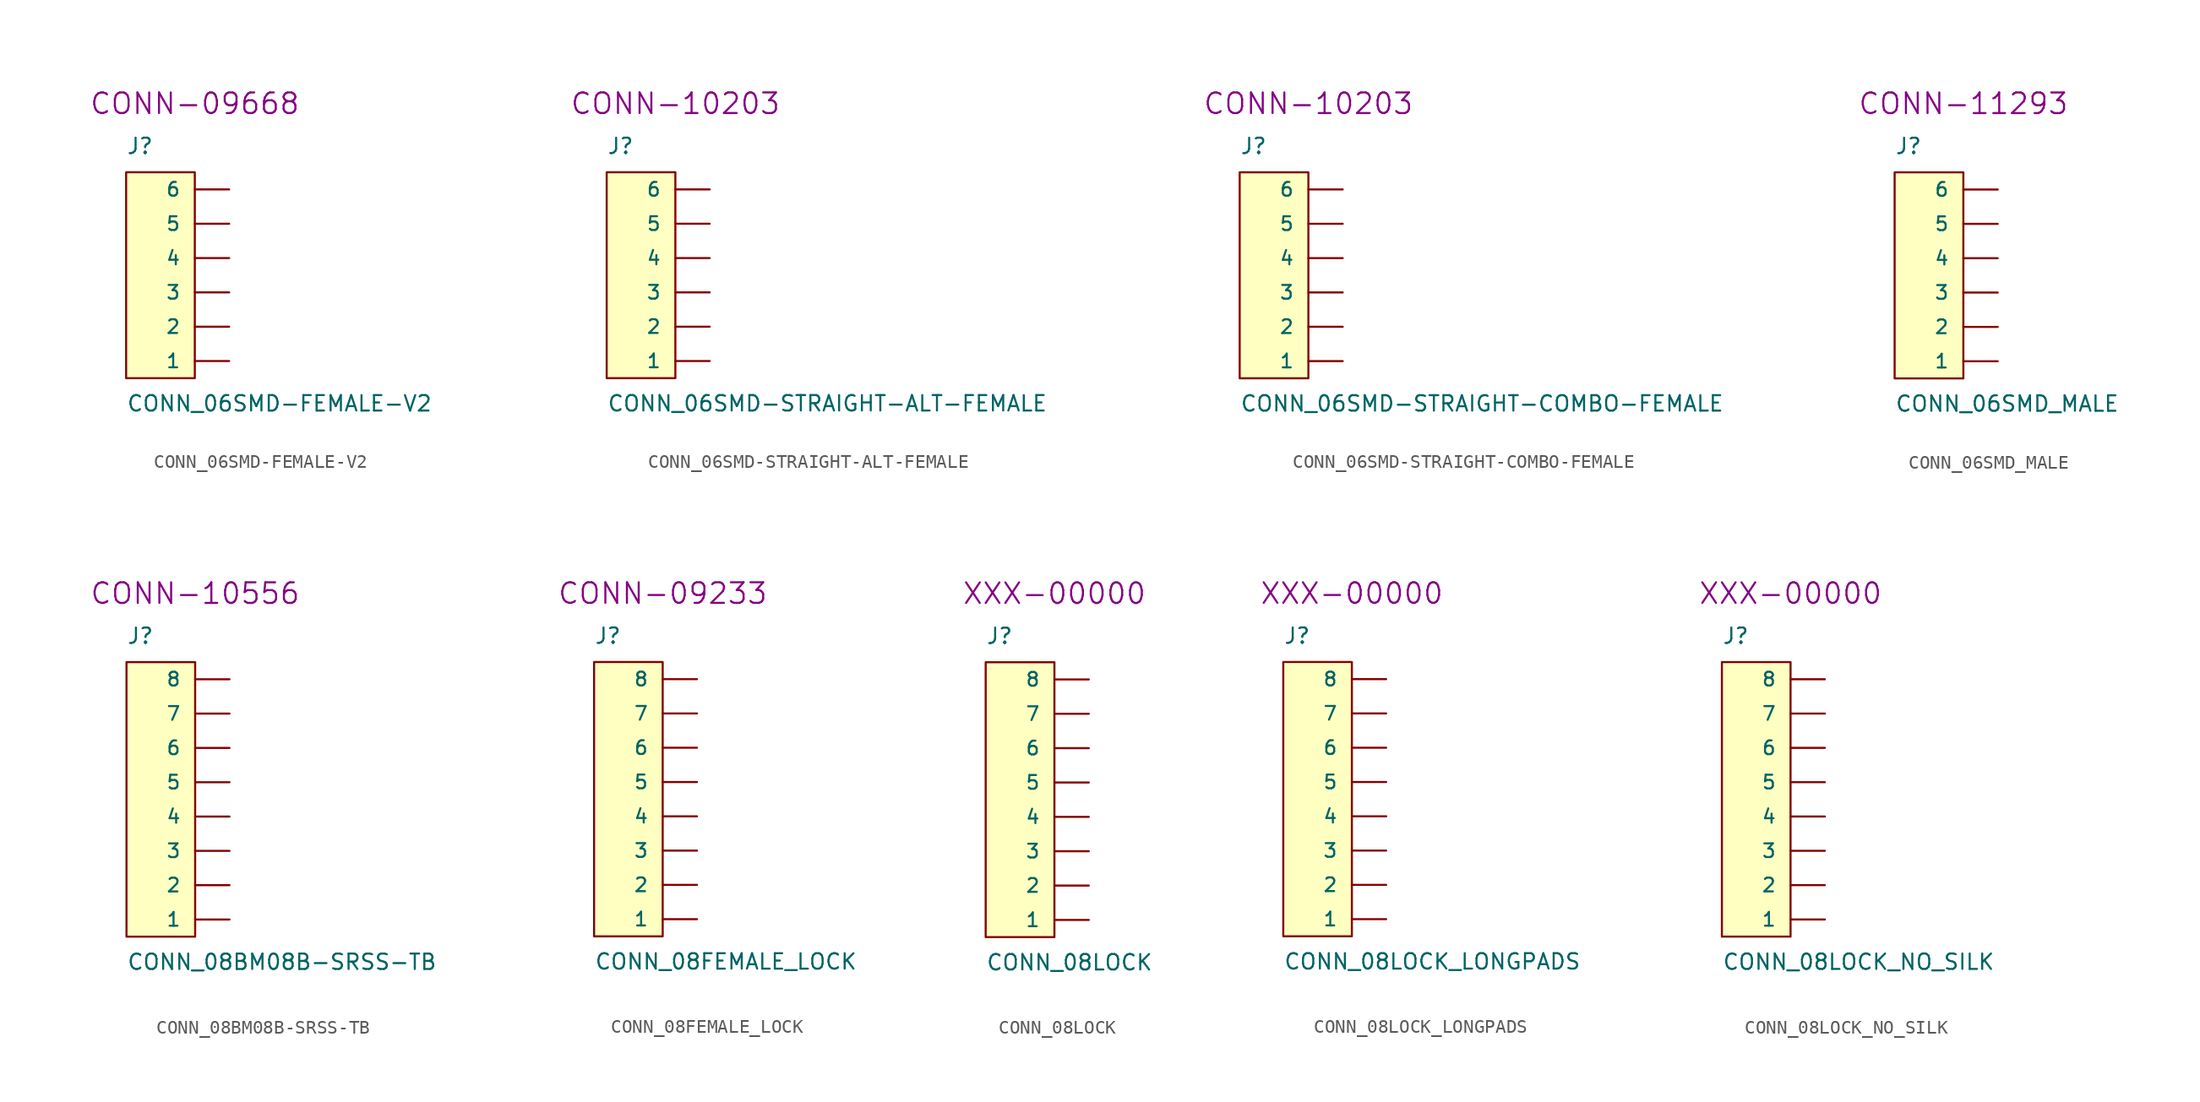
<source format=kicad_sym>
(kicad_symbol_lib
  (version 20220914)
  (generator kicad_symbol_editor)
  (symbol "CONN_06SMD-FEMALE-V2"
    (pin_numbers hide)
    (pin_names
      (offset 1.016))
    (property "Reference" "J"
      (at -5.08 15.24 0)
      (effects (font (size 1.143 1.143)) (justify left bottom)))
    (property "Value" "CONN_06SMD-FEMALE-V2"
      (at -5.08 -3.81 0)
      (effects (font (size 1.143 1.143)) (justify left bottom)))
    (property "Field4" "CONN-09668"
      (at 0 19.05 0)
      (effects (font (size 1.524 1.524))))
    (property "ki_locked" ""
      (at 0 0 0)
      (effects (font (size 1.27 1.27))))
    (symbol "CONN_06SMD-FEMALE-V2_0_1"
      (rectangle (start 0 -1.27) (end -5.08 13.97) (stroke (width 0) (type solid)) (fill (type background))))
    (symbol "CONN_06SMD-FEMALE-V2_1_1"
      (pin passive line (at 2.54 0 180) (length 2.54) (name "1" (effects (font (size 1.016 1.016)))) (number "1" (effects (font (size 1.016 1.016)))))
      (pin passive line (at 2.54 2.54 180) (length 2.54) (name "2" (effects (font (size 1.016 1.016)))) (number "2" (effects (font (size 1.016 1.016)))))
      (pin passive line (at 2.54 5.08 180) (length 2.54) (name "3" (effects (font (size 1.016 1.016)))) (number "3" (effects (font (size 1.016 1.016)))))
      (pin passive line (at 2.54 7.62 180) (length 2.54) (name "4" (effects (font (size 1.016 1.016)))) (number "4" (effects (font (size 1.016 1.016)))))
      (pin passive line (at 2.54 10.16 180) (length 2.54) (name "5" (effects (font (size 1.016 1.016)))) (number "5" (effects (font (size 1.016 1.016)))))
      (pin passive line (at 2.54 12.7 180) (length 2.54) (name "6" (effects (font (size 1.016 1.016)))) (number "6" (effects (font (size 1.016 1.016)))))))
  (symbol "CONN_06SMD-STRAIGHT-ALT-FEMALE"
    (pin_numbers hide)
    (pin_names
      (offset 1.016))
    (property "Reference" "J"
      (at -5.08 15.24 0)
      (effects (font (size 1.143 1.143)) (justify left bottom)))
    (property "Value" "CONN_06SMD-STRAIGHT-ALT-FEMALE"
      (at -5.08 -3.81 0)
      (effects (font (size 1.143 1.143)) (justify left bottom)))
    (property "Field4" "CONN-10203"
      (at 0 19.05 0)
      (effects (font (size 1.524 1.524))))
    (property "ki_locked" ""
      (at 0 0 0)
      (effects (font (size 1.27 1.27))))
    (symbol "CONN_06SMD-STRAIGHT-ALT-FEMALE_0_1"
      (rectangle (start 0 -1.27) (end -5.08 13.97) (stroke (width 0) (type solid)) (fill (type background))))
    (symbol "CONN_06SMD-STRAIGHT-ALT-FEMALE_1_1"
      (pin passive line (at 2.54 0 180) (length 2.54) (name "1" (effects (font (size 1.016 1.016)))) (number "1" (effects (font (size 1.016 1.016)))))
      (pin passive line (at 2.54 2.54 180) (length 2.54) (name "2" (effects (font (size 1.016 1.016)))) (number "2" (effects (font (size 1.016 1.016)))))
      (pin passive line (at 2.54 5.08 180) (length 2.54) (name "3" (effects (font (size 1.016 1.016)))) (number "3" (effects (font (size 1.016 1.016)))))
      (pin passive line (at 2.54 7.62 180) (length 2.54) (name "4" (effects (font (size 1.016 1.016)))) (number "4" (effects (font (size 1.016 1.016)))))
      (pin passive line (at 2.54 10.16 180) (length 2.54) (name "5" (effects (font (size 1.016 1.016)))) (number "5" (effects (font (size 1.016 1.016)))))
      (pin passive line (at 2.54 12.7 180) (length 2.54) (name "6" (effects (font (size 1.016 1.016)))) (number "6" (effects (font (size 1.016 1.016)))))))
  (symbol "CONN_06SMD-STRAIGHT-COMBO-FEMALE"
    (pin_numbers hide)
    (pin_names
      (offset 1.016))
    (property "Reference" "J"
      (at -5.08 15.24 0)
      (effects (font (size 1.143 1.143)) (justify left bottom)))
    (property "Value" "CONN_06SMD-STRAIGHT-COMBO-FEMALE"
      (at -5.08 -3.81 0)
      (effects (font (size 1.143 1.143)) (justify left bottom)))
    (property "Field4" "CONN-10203"
      (at 0 19.05 0)
      (effects (font (size 1.524 1.524))))
    (property "ki_locked" ""
      (at 0 0 0)
      (effects (font (size 1.27 1.27))))
    (symbol "CONN_06SMD-STRAIGHT-COMBO-FEMALE_0_1"
      (rectangle (start 0 -1.27) (end -5.08 13.97) (stroke (width 0) (type solid)) (fill (type background))))
    (symbol "CONN_06SMD-STRAIGHT-COMBO-FEMALE_1_1"
      (pin passive line (at 2.54 0 180) (length 2.54) (name "1" (effects (font (size 1.016 1.016)))) (number "1" (effects (font (size 1.016 1.016)))))
      (pin passive line (at 2.54 2.54 180) (length 2.54) (name "2" (effects (font (size 1.016 1.016)))) (number "2" (effects (font (size 1.016 1.016)))))
      (pin passive line (at 2.54 5.08 180) (length 2.54) (name "3" (effects (font (size 1.016 1.016)))) (number "3" (effects (font (size 1.016 1.016)))))
      (pin passive line (at 2.54 7.62 180) (length 2.54) (name "4" (effects (font (size 1.016 1.016)))) (number "4" (effects (font (size 1.016 1.016)))))
      (pin passive line (at 2.54 10.16 180) (length 2.54) (name "5" (effects (font (size 1.016 1.016)))) (number "5" (effects (font (size 1.016 1.016)))))
      (pin passive line (at 2.54 12.7 180) (length 2.54) (name "6" (effects (font (size 1.016 1.016)))) (number "6" (effects (font (size 1.016 1.016)))))))
  (symbol "CONN_06SMD_MALE"
    (pin_numbers hide)
    (pin_names
      (offset 1.016))
    (property "Reference" "J"
      (at -5.08 15.24 0)
      (effects (font (size 1.143 1.143)) (justify left bottom)))
    (property "Value" "CONN_06SMD_MALE"
      (at -5.08 -3.81 0)
      (effects (font (size 1.143 1.143)) (justify left bottom)))
    (property "Field4" "CONN-11293"
      (at 0 19.05 0)
      (effects (font (size 1.524 1.524))))
    (property "ki_locked" ""
      (at 0 0 0)
      (effects (font (size 1.27 1.27))))
    (symbol "CONN_06SMD_MALE_0_1"
      (rectangle (start 0 -1.27) (end -5.08 13.97) (stroke (width 0) (type solid)) (fill (type background))))
    (symbol "CONN_06SMD_MALE_1_1"
      (pin passive line (at 2.54 0 180) (length 2.54) (name "1" (effects (font (size 1.016 1.016)))) (number "1" (effects (font (size 1.016 1.016)))))
      (pin passive line (at 2.54 2.54 180) (length 2.54) (name "2" (effects (font (size 1.016 1.016)))) (number "2" (effects (font (size 1.016 1.016)))))
      (pin passive line (at 2.54 5.08 180) (length 2.54) (name "3" (effects (font (size 1.016 1.016)))) (number "3" (effects (font (size 1.016 1.016)))))
      (pin passive line (at 2.54 7.62 180) (length 2.54) (name "4" (effects (font (size 1.016 1.016)))) (number "4" (effects (font (size 1.016 1.016)))))
      (pin passive line (at 2.54 10.16 180) (length 2.54) (name "5" (effects (font (size 1.016 1.016)))) (number "5" (effects (font (size 1.016 1.016)))))
      (pin passive line (at 2.54 12.7 180) (length 2.54) (name "6" (effects (font (size 1.016 1.016)))) (number "6" (effects (font (size 1.016 1.016)))))))
  (symbol "CONN_08BM08B-SRSS-TB"
    (pin_numbers hide)
    (pin_names
      (offset 1.016))
    (property "Reference" "J"
      (at -5.08 20.32 0)
      (effects (font (size 1.143 1.143)) (justify left bottom)))
    (property "Value" "CONN_08BM08B-SRSS-TB"
      (at -5.08 -3.81 0)
      (effects (font (size 1.143 1.143)) (justify left bottom)))
    (property "Field4" "CONN-10556"
      (at 0 24.13 0)
      (effects (font (size 1.524 1.524))))
    (property "ki_locked" ""
      (at 0 0 0)
      (effects (font (size 1.27 1.27))))
    (symbol "CONN_08BM08B-SRSS-TB_0_1"
      (rectangle (start 0 -1.27) (end -5.08 19.05) (stroke (width 0) (type solid)) (fill (type background))))
    (symbol "CONN_08BM08B-SRSS-TB_1_1"
      (pin passive line (at 2.54 0 180) (length 2.54) (name "1" (effects (font (size 1.016 1.016)))) (number "1" (effects (font (size 1.016 1.016)))))
      (pin passive line (at 2.54 2.54 180) (length 2.54) (name "2" (effects (font (size 1.016 1.016)))) (number "2" (effects (font (size 1.016 1.016)))))
      (pin passive line (at 2.54 5.08 180) (length 2.54) (name "3" (effects (font (size 1.016 1.016)))) (number "3" (effects (font (size 1.016 1.016)))))
      (pin passive line (at 2.54 7.62 180) (length 2.54) (name "4" (effects (font (size 1.016 1.016)))) (number "4" (effects (font (size 1.016 1.016)))))
      (pin passive line (at 2.54 10.16 180) (length 2.54) (name "5" (effects (font (size 1.016 1.016)))) (number "5" (effects (font (size 1.016 1.016)))))
      (pin passive line (at 2.54 12.7 180) (length 2.54) (name "6" (effects (font (size 1.016 1.016)))) (number "6" (effects (font (size 1.016 1.016)))))
      (pin passive line (at 2.54 15.24 180) (length 2.54) (name "7" (effects (font (size 1.016 1.016)))) (number "7" (effects (font (size 1.016 1.016)))))
      (pin passive line (at 2.54 17.78 180) (length 2.54) (name "8" (effects (font (size 1.016 1.016)))) (number "8" (effects (font (size 1.016 1.016)))))))
  (symbol "CONN_08FEMALE_LOCK"
    (pin_numbers hide)
    (pin_names
      (offset 1.016))
    (property "Reference" "J"
      (at -5.08 20.32 0)
      (effects (font (size 1.143 1.143)) (justify left bottom)))
    (property "Value" "CONN_08FEMALE_LOCK"
      (at -5.08 -3.81 0)
      (effects (font (size 1.143 1.143)) (justify left bottom)))
    (property "Field4" "CONN-09233"
      (at 0 24.13 0)
      (effects (font (size 1.524 1.524))))
    (property "ki_locked" ""
      (at 0 0 0)
      (effects (font (size 1.27 1.27))))
    (symbol "CONN_08FEMALE_LOCK_0_1"
      (rectangle (start 0 -1.27) (end -5.08 19.05) (stroke (width 0) (type solid)) (fill (type background))))
    (symbol "CONN_08FEMALE_LOCK_1_1"
      (pin passive line (at 2.54 0 180) (length 2.54) (name "1" (effects (font (size 1.016 1.016)))) (number "1" (effects (font (size 1.016 1.016)))))
      (pin passive line (at 2.54 2.54 180) (length 2.54) (name "2" (effects (font (size 1.016 1.016)))) (number "2" (effects (font (size 1.016 1.016)))))
      (pin passive line (at 2.54 5.08 180) (length 2.54) (name "3" (effects (font (size 1.016 1.016)))) (number "3" (effects (font (size 1.016 1.016)))))
      (pin passive line (at 2.54 7.62 180) (length 2.54) (name "4" (effects (font (size 1.016 1.016)))) (number "4" (effects (font (size 1.016 1.016)))))
      (pin passive line (at 2.54 10.16 180) (length 2.54) (name "5" (effects (font (size 1.016 1.016)))) (number "5" (effects (font (size 1.016 1.016)))))
      (pin passive line (at 2.54 12.7 180) (length 2.54) (name "6" (effects (font (size 1.016 1.016)))) (number "6" (effects (font (size 1.016 1.016)))))
      (pin passive line (at 2.54 15.24 180) (length 2.54) (name "7" (effects (font (size 1.016 1.016)))) (number "7" (effects (font (size 1.016 1.016)))))
      (pin passive line (at 2.54 17.78 180) (length 2.54) (name "8" (effects (font (size 1.016 1.016)))) (number "8" (effects (font (size 1.016 1.016)))))))
  (symbol "CONN_08LOCK"
    (pin_numbers hide)
    (pin_names
      (offset 1.016))
    (property "Reference" "J"
      (at -5.08 20.32 0)
      (effects (font (size 1.143 1.143)) (justify left bottom)))
    (property "Value" "CONN_08LOCK"
      (at -5.08 -3.81 0)
      (effects (font (size 1.143 1.143)) (justify left bottom)))
    (property "Field4" "XXX-00000"
      (at 0 24.13 0)
      (effects (font (size 1.524 1.524))))
    (property "ki_locked" ""
      (at 0 0 0)
      (effects (font (size 1.27 1.27))))
    (symbol "CONN_08LOCK_0_1"
      (rectangle (start 0 -1.27) (end -5.08 19.05) (stroke (width 0) (type solid)) (fill (type background))))
    (symbol "CONN_08LOCK_1_1"
      (pin passive line (at 2.54 0 180) (length 2.54) (name "1" (effects (font (size 1.016 1.016)))) (number "1" (effects (font (size 1.016 1.016)))))
      (pin passive line (at 2.54 2.54 180) (length 2.54) (name "2" (effects (font (size 1.016 1.016)))) (number "2" (effects (font (size 1.016 1.016)))))
      (pin passive line (at 2.54 5.08 180) (length 2.54) (name "3" (effects (font (size 1.016 1.016)))) (number "3" (effects (font (size 1.016 1.016)))))
      (pin passive line (at 2.54 7.62 180) (length 2.54) (name "4" (effects (font (size 1.016 1.016)))) (number "4" (effects (font (size 1.016 1.016)))))
      (pin passive line (at 2.54 10.16 180) (length 2.54) (name "5" (effects (font (size 1.016 1.016)))) (number "5" (effects (font (size 1.016 1.016)))))
      (pin passive line (at 2.54 12.7 180) (length 2.54) (name "6" (effects (font (size 1.016 1.016)))) (number "6" (effects (font (size 1.016 1.016)))))
      (pin passive line (at 2.54 15.24 180) (length 2.54) (name "7" (effects (font (size 1.016 1.016)))) (number "7" (effects (font (size 1.016 1.016)))))
      (pin passive line (at 2.54 17.78 180) (length 2.54) (name "8" (effects (font (size 1.016 1.016)))) (number "8" (effects (font (size 1.016 1.016)))))))
  (symbol "CONN_08LOCK_LONGPADS"
    (pin_numbers hide)
    (pin_names
      (offset 1.016))
    (property "Reference" "J"
      (at -5.08 20.32 0)
      (effects (font (size 1.143 1.143)) (justify left bottom)))
    (property "Value" "CONN_08LOCK_LONGPADS"
      (at -5.08 -3.81 0)
      (effects (font (size 1.143 1.143)) (justify left bottom)))
    (property "Field4" "XXX-00000"
      (at 0 24.13 0)
      (effects (font (size 1.524 1.524))))
    (property "ki_locked" ""
      (at 0 0 0)
      (effects (font (size 1.27 1.27))))
    (symbol "CONN_08LOCK_LONGPADS_0_1"
      (rectangle (start 0 -1.27) (end -5.08 19.05) (stroke (width 0) (type solid)) (fill (type background))))
    (symbol "CONN_08LOCK_LONGPADS_1_1"
      (pin passive line (at 2.54 0 180) (length 2.54) (name "1" (effects (font (size 1.016 1.016)))) (number "1" (effects (font (size 1.016 1.016)))))
      (pin passive line (at 2.54 2.54 180) (length 2.54) (name "2" (effects (font (size 1.016 1.016)))) (number "2" (effects (font (size 1.016 1.016)))))
      (pin passive line (at 2.54 5.08 180) (length 2.54) (name "3" (effects (font (size 1.016 1.016)))) (number "3" (effects (font (size 1.016 1.016)))))
      (pin passive line (at 2.54 7.62 180) (length 2.54) (name "4" (effects (font (size 1.016 1.016)))) (number "4" (effects (font (size 1.016 1.016)))))
      (pin passive line (at 2.54 10.16 180) (length 2.54) (name "5" (effects (font (size 1.016 1.016)))) (number "5" (effects (font (size 1.016 1.016)))))
      (pin passive line (at 2.54 12.7 180) (length 2.54) (name "6" (effects (font (size 1.016 1.016)))) (number "6" (effects (font (size 1.016 1.016)))))
      (pin passive line (at 2.54 15.24 180) (length 2.54) (name "7" (effects (font (size 1.016 1.016)))) (number "7" (effects (font (size 1.016 1.016)))))
      (pin passive line (at 2.54 17.78 180) (length 2.54) (name "8" (effects (font (size 1.016 1.016)))) (number "8" (effects (font (size 1.016 1.016)))))))
  (symbol "CONN_08LOCK_NO_SILK"
    (pin_numbers hide)
    (pin_names
      (offset 1.016))
    (property "Reference" "J"
      (at -5.08 20.32 0)
      (effects (font (size 1.143 1.143)) (justify left bottom)))
    (property "Value" "CONN_08LOCK_NO_SILK"
      (at -5.08 -3.81 0)
      (effects (font (size 1.143 1.143)) (justify left bottom)))
    (property "Field4" "XXX-00000"
      (at 0 24.13 0)
      (effects (font (size 1.524 1.524))))
    (property "ki_locked" ""
      (at 0 0 0)
      (effects (font (size 1.27 1.27))))
    (symbol "CONN_08LOCK_NO_SILK_0_1"
      (rectangle (start 0 -1.27) (end -5.08 19.05) (stroke (width 0) (type solid)) (fill (type background))))
    (symbol "CONN_08LOCK_NO_SILK_1_1"
      (pin passive line (at 2.54 0 180) (length 2.54) (name "1" (effects (font (size 1.016 1.016)))) (number "1" (effects (font (size 1.016 1.016)))))
      (pin passive line (at 2.54 2.54 180) (length 2.54) (name "2" (effects (font (size 1.016 1.016)))) (number "2" (effects (font (size 1.016 1.016)))))
      (pin passive line (at 2.54 5.08 180) (length 2.54) (name "3" (effects (font (size 1.016 1.016)))) (number "3" (effects (font (size 1.016 1.016)))))
      (pin passive line (at 2.54 7.62 180) (length 2.54) (name "4" (effects (font (size 1.016 1.016)))) (number "4" (effects (font (size 1.016 1.016)))))
      (pin passive line (at 2.54 10.16 180) (length 2.54) (name "5" (effects (font (size 1.016 1.016)))) (number "5" (effects (font (size 1.016 1.016)))))
      (pin passive line (at 2.54 12.7 180) (length 2.54) (name "6" (effects (font (size 1.016 1.016)))) (number "6" (effects (font (size 1.016 1.016)))))
      (pin passive line (at 2.54 15.24 180) (length 2.54) (name "7" (effects (font (size 1.016 1.016)))) (number "7" (effects (font (size 1.016 1.016)))))
      (pin passive line (at 2.54 17.78 180) (length 2.54) (name "8" (effects (font (size 1.016 1.016)))) (number "8" (effects (font (size 1.016 1.016))))))))
</source>
